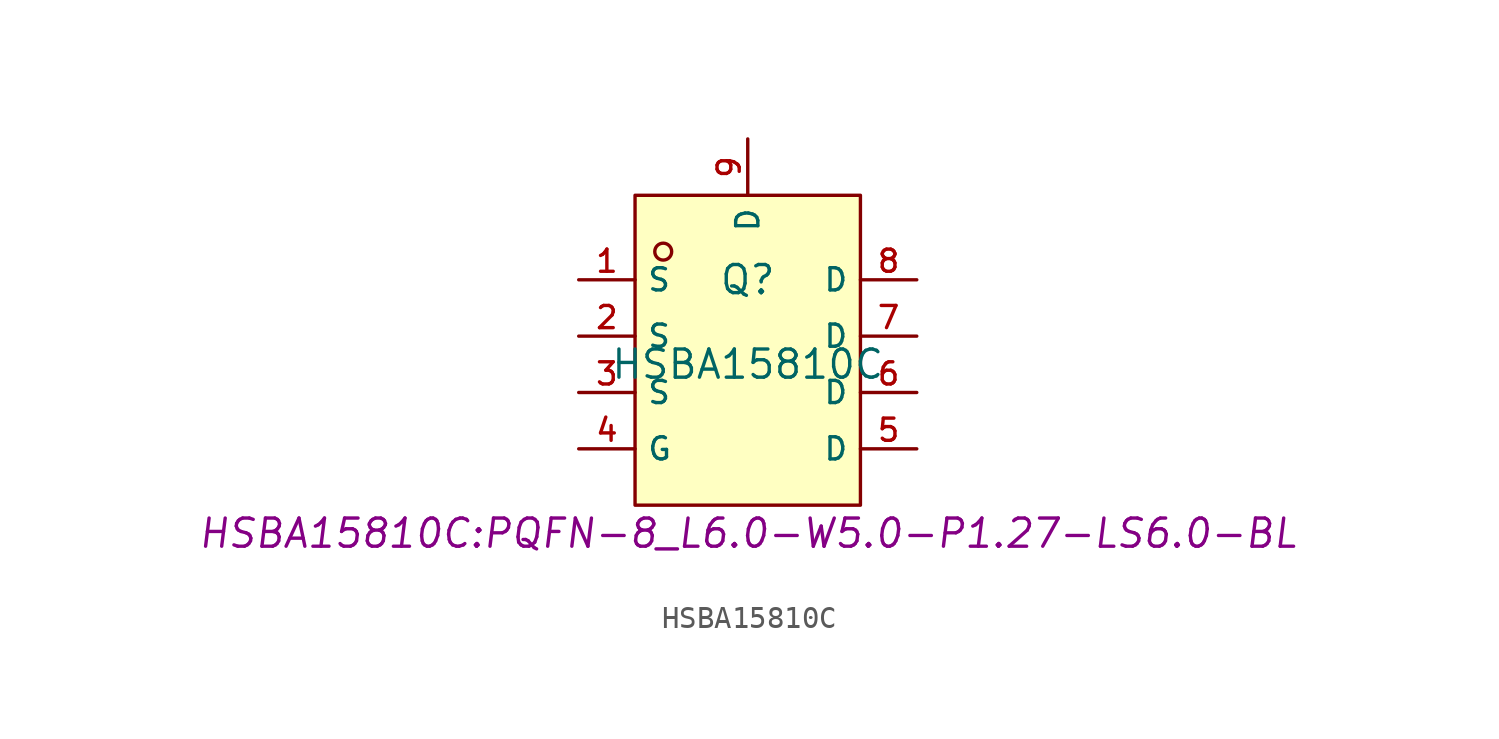
<source format=kicad_sym>
(kicad_symbol_lib
  (version 20220914)
  (generator kicad_symbol_editor)
  (symbol "HSBA15810C"
    (property "Reference" "Q"
      (at 0 1.27 0)
      (effects (font (size 1.27 1.27))))
    (property "Value" "HSBA15810C"
      (at 0 -2.54 0)
      (effects (font (size 1.27 1.27))))
    (property "Footprint" "HSBA15810C:PQFN-8_L6.0-W5.0-P1.27-LS6.0-BL"
      (at 0 -10.16 0)
      (effects (font (size 1.27 1.27) italic)))
    (symbol "HSBA15810C_0_1"
      (rectangle (start -5.08 5.08) (end 5.08 -8.89) (stroke (width 0) (type default)) (fill (type background)))
      (circle (center -3.81 2.54) (radius 0.381) (stroke (width 0) (type default)) (fill (type background)))
      (pin unspecified line (at -7.62 1.27 0) (length 2.54) (name "S" (effects (font (size 1 1)))) (number "1" (effects (font (size 1 1)))))
      (pin unspecified line (at -7.62 -1.27 0) (length 2.54) (name "S" (effects (font (size 1 1)))) (number "2" (effects (font (size 1 1)))))
      (pin unspecified line (at -7.62 -3.81 0) (length 2.54) (name "S" (effects (font (size 1 1)))) (number "3" (effects (font (size 1 1)))))
      (pin unspecified line (at -7.62 -6.35 0) (length 2.54) (name "G" (effects (font (size 1 1)))) (number "4" (effects (font (size 1 1)))))
      (pin unspecified line (at 7.62 -6.35 180) (length 2.54) (name "D" (effects (font (size 1 1)))) (number "5" (effects (font (size 1 1)))))
      (pin unspecified line (at 7.62 -3.81 180) (length 2.54) (name "D" (effects (font (size 1 1)))) (number "6" (effects (font (size 1 1)))))
      (pin unspecified line (at 7.62 -1.27 180) (length 2.54) (name "D" (effects (font (size 1 1)))) (number "7" (effects (font (size 1 1)))))
      (pin unspecified line (at 7.62 1.27 180) (length 2.54) (name "D" (effects (font (size 1 1)))) (number "8" (effects (font (size 1 1)))))
      (pin unspecified line (at 0 7.62 270) (length 2.54) (name "D" (effects (font (size 1 1)))) (number "9" (effects (font (size 1 1))))))))
</source>
